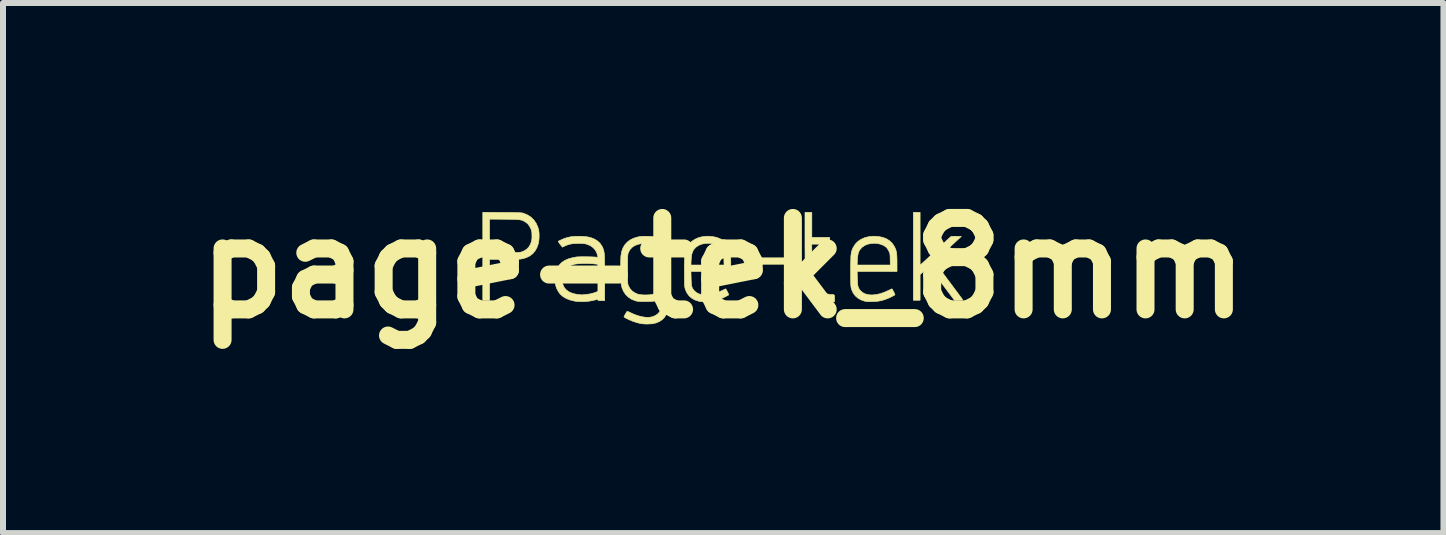
<source format=kicad_pcb>
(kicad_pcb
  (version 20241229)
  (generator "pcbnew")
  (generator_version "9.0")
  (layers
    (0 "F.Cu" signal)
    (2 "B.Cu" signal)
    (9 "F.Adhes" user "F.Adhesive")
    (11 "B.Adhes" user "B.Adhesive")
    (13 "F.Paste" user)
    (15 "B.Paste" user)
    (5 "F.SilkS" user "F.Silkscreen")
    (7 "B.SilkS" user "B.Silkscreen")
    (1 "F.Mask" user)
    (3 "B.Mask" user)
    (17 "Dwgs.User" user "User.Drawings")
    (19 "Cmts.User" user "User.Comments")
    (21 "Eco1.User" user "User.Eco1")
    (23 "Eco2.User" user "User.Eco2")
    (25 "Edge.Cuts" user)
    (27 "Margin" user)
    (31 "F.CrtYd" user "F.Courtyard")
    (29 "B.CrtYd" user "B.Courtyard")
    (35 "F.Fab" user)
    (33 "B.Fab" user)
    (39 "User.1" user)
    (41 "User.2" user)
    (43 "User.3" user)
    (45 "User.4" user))
  (footprint "page-tek_8mm"
    (layer "F.Cu")
    (at 9.006 1.418)
    (property "Reference" "page-tek_8mm" (at 0 0 0) (layer "F.SilkS") (effects (font (size 1.524 1.524) (thickness 0.3))))
    (attr through_hole)
    (fp_poly (pts (xy 1.098 -0.063) (xy 0.398 -0.063) (xy 0.398 -0.17) (xy 1.098 -0.17) (xy 1.098 -0.063)) (stroke (width 0.01) (type solid)) (fill yes) (layer "F.SilkS"))
    (fp_poly (pts (xy 3.282 -0.049) (xy 3.325 -0.087) (xy 3.349 -0.109) (xy 3.377 -0.134) (xy 3.41 -0.164) (xy 3.447 -0.199) (xy 3.491 -0.24) (xy 3.541 -0.287) (xy 3.6 -0.342) (xy 3.642 -0.382) (xy 3.678 -0.416) (xy 3.711 -0.447) (xy 3.741 -0.475) (xy 3.765 -0.497) (xy 3.784 -0.514) (xy 3.795 -0.524) (xy 3.797 -0.526) (xy 3.806 -0.527) (xy 3.826 -0.529) (xy 3.852 -0.529) (xy 3.883 -0.529) (xy 3.888 -0.529) (xy 3.97 -0.527) (xy 3.517 -0.11) (xy 3.531 -0.092) (xy 3.538 -0.083) (xy 3.551 -0.065) (xy 3.57 -0.04) (xy 3.595 -0.007) (xy 3.624 0.033) (xy 3.657 0.077) (xy 3.693 0.126) (xy 3.732 0.179) (xy 3.766 0.224) (xy 3.806 0.278) (xy 3.844 0.329) (xy 3.88 0.377) (xy 3.911 0.419) (xy 3.938 0.456) (xy 3.961 0.486) (xy 3.978 0.509) (xy 3.988 0.524) (xy 3.992 0.529) (xy 3.991 0.532) (xy 3.983 0.535) (xy 3.966 0.536) (xy 3.939 0.536) (xy 3.925 0.537) (xy 3.854 0.537) (xy 3.433 -0.025) (xy 3.282 0.109) (xy 3.282 0.537) (xy 3.169 0.537) (xy 3.169 -0.928) (xy 3.282 -0.928) (xy 3.282 -0.049)) (stroke (width 0.01) (type solid)) (fill yes) (layer "F.SilkS"))
    (fp_poly (pts (xy 1.477 -0.511) (xy 1.774 -0.511) (xy 1.774 -0.398) (xy 1.476 -0.398) (xy 1.479 -0.106) (xy 1.479 -0.037) (xy 1.48 0.021) (xy 1.481 0.068) (xy 1.482 0.106) (xy 1.483 0.137) (xy 1.484 0.161) (xy 1.485 0.18) (xy 1.487 0.194) (xy 1.489 0.206) (xy 1.492 0.217) (xy 1.494 0.225) (xy 1.519 0.282) (xy 1.554 0.331) (xy 1.598 0.372) (xy 1.65 0.404) (xy 1.711 0.426) (xy 1.735 0.432) (xy 1.763 0.437) (xy 1.789 0.441) (xy 1.808 0.442) (xy 1.83 0.442) (xy 1.844 0.445) (xy 1.851 0.453) (xy 1.855 0.468) (xy 1.856 0.492) (xy 1.856 0.506) (xy 1.856 0.562) (xy 1.82 0.561) (xy 1.796 0.56) (xy 1.774 0.558) (xy 1.764 0.558) (xy 1.686 0.543) (xy 1.615 0.519) (xy 1.552 0.487) (xy 1.498 0.447) (xy 1.454 0.399) (xy 1.421 0.347) (xy 1.412 0.329) (xy 1.404 0.311) (xy 1.396 0.293) (xy 1.39 0.274) (xy 1.385 0.253) (xy 1.38 0.23) (xy 1.376 0.203) (xy 1.373 0.171) (xy 1.37 0.134) (xy 1.368 0.092) (xy 1.366 0.042) (xy 1.365 -0.015) (xy 1.364 -0.081) (xy 1.364 -0.157) (xy 1.364 -0.242) (xy 1.363 -0.339) (xy 1.363 -0.421) (xy 1.363 -0.928) (xy 1.477 -0.928) (xy 1.477 -0.511)) (stroke (width 0.01) (type solid)) (fill yes) (layer "F.SilkS"))
    (fp_poly (pts (xy -3.685 -0.926) (xy -3.612 -0.926) (xy -3.552 -0.925) (xy -3.501 -0.925) (xy -3.46 -0.924) (xy -3.426 -0.923) (xy -3.4 -0.922) (xy -3.379 -0.921) (xy -3.363 -0.92) (xy -3.35 -0.918) (xy -3.34 -0.916) (xy -3.33 -0.913) (xy -3.322 -0.91) (xy -3.257 -0.882) (xy -3.201 -0.845) (xy -3.155 -0.799) (xy -3.118 -0.745) (xy -3.09 -0.682) (xy -3.077 -0.638) (xy -3.072 -0.605) (xy -3.069 -0.563) (xy -3.069 -0.517) (xy -3.072 -0.471) (xy -3.077 -0.429) (xy -3.084 -0.401) (xy -3.107 -0.337) (xy -3.139 -0.282) (xy -3.179 -0.236) (xy -3.228 -0.2) (xy -3.286 -0.172) (xy -3.334 -0.158) (xy -3.348 -0.155) (xy -3.362 -0.152) (xy -3.378 -0.15) (xy -3.396 -0.148) (xy -3.419 -0.147) (xy -3.447 -0.146) (xy -3.483 -0.146) (xy -3.527 -0.145) (xy -3.581 -0.145) (xy -3.641 -0.145) (xy -3.895 -0.145) (xy -3.895 0.537) (xy -4.008 0.537) (xy -4.008 -0.251) (xy -3.895 -0.251) (xy -3.647 -0.254) (xy -3.58 -0.255) (xy -3.524 -0.256) (xy -3.479 -0.257) (xy -3.443 -0.258) (xy -3.415 -0.26) (xy -3.394 -0.262) (xy -3.378 -0.264) (xy -3.368 -0.266) (xy -3.314 -0.288) (xy -3.271 -0.318) (xy -3.236 -0.356) (xy -3.21 -0.404) (xy -3.194 -0.455) (xy -3.19 -0.481) (xy -3.188 -0.514) (xy -3.189 -0.552) (xy -3.189 -0.556) (xy -3.19 -0.588) (xy -3.193 -0.612) (xy -3.198 -0.631) (xy -3.205 -0.651) (xy -3.211 -0.663) (xy -3.232 -0.702) (xy -3.255 -0.733) (xy -3.284 -0.758) (xy -3.298 -0.767) (xy -3.314 -0.777) (xy -3.329 -0.786) (xy -3.345 -0.793) (xy -3.361 -0.798) (xy -3.38 -0.802) (xy -3.404 -0.806) (xy -3.433 -0.808) (xy -3.469 -0.81) (xy -3.513 -0.811) (xy -3.567 -0.812) (xy -3.632 -0.813) (xy -3.647 -0.813) (xy -3.895 -0.815) (xy -3.895 -0.251) (xy -4.008 -0.251) (xy -4.008 -0.929) (xy -3.685 -0.926)) (stroke (width 0.01) (type solid)) (fill yes) (layer "F.SilkS"))
    (fp_poly (pts (xy -0.181 -0.525) (xy -0.112 -0.511) (xy -0.051 -0.488) (xy 0.001 -0.455) (xy 0.045 -0.413) (xy 0.08 -0.363) (xy 0.084 -0.355) (xy 0.097 -0.328) (xy 0.107 -0.302) (xy 0.114 -0.275) (xy 0.12 -0.243) (xy 0.123 -0.206) (xy 0.125 -0.162) (xy 0.126 -0.108) (xy 0.126 -0.082) (xy 0.126 0.057) (xy -0.538 0.057) (xy -0.535 0.172) (xy -0.533 0.222) (xy -0.531 0.261) (xy -0.527 0.292) (xy -0.521 0.316) (xy -0.513 0.337) (xy -0.501 0.355) (xy -0.487 0.373) (xy -0.485 0.376) (xy -0.45 0.407) (xy -0.41 0.429) (xy -0.361 0.443) (xy -0.305 0.449) (xy -0.29 0.449) (xy -0.225 0.443) (xy -0.154 0.428) (xy -0.08 0.402) (xy -0.006 0.369) (xy 0.015 0.359) (xy 0.031 0.351) (xy 0.04 0.347) (xy 0.04 0.347) (xy 0.046 0.352) (xy 0.054 0.366) (xy 0.064 0.385) (xy 0.075 0.405) (xy 0.084 0.425) (xy 0.09 0.44) (xy 0.091 0.448) (xy 0.091 0.448) (xy 0.081 0.454) (xy 0.063 0.464) (xy 0.039 0.476) (xy 0.013 0.489) (xy -0.013 0.501) (xy -0.035 0.51) (xy -0.038 0.511) (xy -0.093 0.531) (xy -0.145 0.545) (xy -0.198 0.554) (xy -0.256 0.558) (xy -0.281 0.559) (xy -0.328 0.56) (xy -0.364 0.559) (xy -0.392 0.556) (xy -0.41 0.553) (xy -0.473 0.532) (xy -0.525 0.502) (xy -0.568 0.465) (xy -0.603 0.419) (xy -0.629 0.363) (xy -0.635 0.344) (xy -0.638 0.333) (xy -0.64 0.322) (xy -0.642 0.308) (xy -0.644 0.29) (xy -0.645 0.267) (xy -0.646 0.238) (xy -0.646 0.201) (xy -0.647 0.155) (xy -0.647 0.098) (xy -0.647 0.05) (xy -0.647 -0.021) (xy -0.647 -0.05) (xy -0.538 -0.05) (xy 0.014 -0.05) (xy 0.011 -0.147) (xy 0.011 -0.184) (xy 0.01 -0.211) (xy 0.008 -0.231) (xy 0.005 -0.246) (xy 0.000324 -0.26) (xy -0.006 -0.274) (xy -0.012 -0.286) (xy -0.026 -0.31) (xy -0.042 -0.333) (xy -0.056 -0.348) (xy -0.094 -0.375) (xy -0.141 -0.395) (xy -0.194 -0.408) (xy -0.249 -0.413) (xy -0.299 -0.41) (xy -0.36 -0.398) (xy -0.412 -0.377) (xy -0.456 -0.346) (xy -0.486 -0.314) (xy -0.504 -0.287) (xy -0.516 -0.258) (xy -0.525 -0.224) (xy -0.531 -0.183) (xy -0.535 -0.132) (xy -0.538 -0.05) (xy -0.647 -0.05) (xy -0.646 -0.082) (xy -0.645 -0.133) (xy -0.644 -0.175) (xy -0.642 -0.21) (xy -0.638 -0.239) (xy -0.634 -0.264) (xy -0.628 -0.286) (xy -0.621 -0.306) (xy -0.613 -0.326) (xy -0.603 -0.347) (xy -0.602 -0.347) (xy -0.569 -0.399) (xy -0.526 -0.443) (xy -0.474 -0.478) (xy -0.415 -0.505) (xy -0.349 -0.522) (xy -0.276 -0.53) (xy -0.257 -0.53) (xy -0.181 -0.525)) (stroke (width 0.01) (type solid)) (fill yes) (layer "F.SilkS"))
    (fp_poly (pts (xy 2.591 -0.525) (xy 2.659 -0.511) (xy 2.72 -0.488) (xy 2.772 -0.455) (xy 2.816 -0.413) (xy 2.851 -0.363) (xy 2.855 -0.355) (xy 2.868 -0.328) (xy 2.878 -0.302) (xy 2.885 -0.275) (xy 2.891 -0.243) (xy 2.894 -0.206) (xy 2.896 -0.162) (xy 2.897 -0.108) (xy 2.897 -0.082) (xy 2.897 0.057) (xy 2.233 0.057) (xy 2.236 0.172) (xy 2.238 0.222) (xy 2.241 0.261) (xy 2.244 0.292) (xy 2.25 0.316) (xy 2.259 0.337) (xy 2.27 0.355) (xy 2.284 0.373) (xy 2.286 0.376) (xy 2.321 0.407) (xy 2.361 0.429) (xy 2.41 0.443) (xy 2.466 0.449) (xy 2.481 0.449) (xy 2.546 0.443) (xy 2.617 0.428) (xy 2.691 0.402) (xy 2.765 0.369) (xy 2.786 0.359) (xy 2.802 0.351) (xy 2.811 0.347) (xy 2.812 0.347) (xy 2.817 0.352) (xy 2.825 0.366) (xy 2.835 0.385) (xy 2.846 0.405) (xy 2.855 0.425) (xy 2.861 0.44) (xy 2.862 0.448) (xy 2.862 0.448) (xy 2.852 0.454) (xy 2.834 0.464) (xy 2.81 0.476) (xy 2.784 0.489) (xy 2.758 0.501) (xy 2.736 0.51) (xy 2.733 0.511) (xy 2.678 0.531) (xy 2.626 0.545) (xy 2.574 0.554) (xy 2.515 0.558) (xy 2.49 0.559) (xy 2.443 0.56) (xy 2.407 0.559) (xy 2.379 0.556) (xy 2.361 0.553) (xy 2.299 0.532) (xy 2.246 0.502) (xy 2.203 0.465) (xy 2.168 0.419) (xy 2.142 0.363) (xy 2.136 0.344) (xy 2.133 0.333) (xy 2.131 0.322) (xy 2.129 0.308) (xy 2.127 0.29) (xy 2.126 0.267) (xy 2.125 0.238) (xy 2.125 0.201) (xy 2.124 0.155) (xy 2.124 0.098) (xy 2.124 0.05) (xy 2.124 -0.021) (xy 2.124 -0.05) (xy 2.233 -0.05) (xy 2.785 -0.05) (xy 2.783 -0.147) (xy 2.782 -0.184) (xy 2.781 -0.211) (xy 2.779 -0.231) (xy 2.776 -0.246) (xy 2.771 -0.26) (xy 2.765 -0.274) (xy 2.759 -0.286) (xy 2.745 -0.31) (xy 2.729 -0.333) (xy 2.715 -0.348) (xy 2.677 -0.375) (xy 2.63 -0.395) (xy 2.577 -0.408) (xy 2.522 -0.413) (xy 2.473 -0.41) (xy 2.411 -0.398) (xy 2.359 -0.377) (xy 2.315 -0.346) (xy 2.285 -0.314) (xy 2.267 -0.287) (xy 2.255 -0.258) (xy 2.246 -0.224) (xy 2.24 -0.183) (xy 2.236 -0.132) (xy 2.233 -0.05) (xy 2.124 -0.05) (xy 2.125 -0.082) (xy 2.126 -0.133) (xy 2.127 -0.175) (xy 2.129 -0.21) (xy 2.133 -0.239) (xy 2.137 -0.264) (xy 2.143 -0.286) (xy 2.15 -0.306) (xy 2.158 -0.326) (xy 2.168 -0.347) (xy 2.169 -0.347) (xy 2.202 -0.399) (xy 2.245 -0.443) (xy 2.297 -0.478) (xy 2.356 -0.505) (xy 2.422 -0.522) (xy 2.495 -0.53) (xy 2.514 -0.53) (xy 2.591 -0.525)) (stroke (width 0.01) (type solid)) (fill yes) (layer "F.SilkS"))
    (fp_poly (pts (xy -2.381 -0.529) (xy -2.324 -0.526) (xy -2.276 -0.521) (xy -2.235 -0.514) (xy -2.198 -0.503) (xy -2.161 -0.489) (xy -2.148 -0.483) (xy -2.098 -0.453) (xy -2.056 -0.415) (xy -2.024 -0.369) (xy -2.014 -0.351) (xy -2.007 -0.334) (xy -2 -0.317) (xy -1.995 -0.301) (xy -1.99 -0.283) (xy -1.986 -0.262) (xy -1.983 -0.238) (xy -1.981 -0.21) (xy -1.979 -0.176) (xy -1.978 -0.135) (xy -1.977 -0.087) (xy -1.976 -0.03) (xy -1.976 0.037) (xy -1.976 0.115) (xy -1.976 0.168) (xy -1.976 0.543) (xy -2.033 0.543) (xy -2.06 0.543) (xy -2.076 0.542) (xy -2.085 0.539) (xy -2.089 0.535) (xy -2.089 0.531) (xy -2.09 0.524) (xy -2.095 0.522) (xy -2.106 0.524) (xy -2.119 0.528) (xy -2.177 0.542) (xy -2.241 0.553) (xy -2.307 0.559) (xy -2.373 0.56) (xy -2.434 0.557) (xy -2.469 0.553) (xy -2.545 0.535) (xy -2.61 0.511) (xy -2.665 0.48) (xy -2.711 0.442) (xy -2.747 0.396) (xy -2.775 0.342) (xy -2.784 0.319) (xy -2.79 0.299) (xy -2.795 0.281) (xy -2.797 0.261) (xy -2.799 0.237) (xy -2.799 0.204) (xy -2.799 0.183) (xy -2.799 0.182) (xy -2.685 0.182) (xy -2.682 0.225) (xy -2.675 0.264) (xy -2.67 0.284) (xy -2.648 0.328) (xy -2.615 0.365) (xy -2.573 0.396) (xy -2.521 0.419) (xy -2.46 0.435) (xy -2.415 0.441) (xy -2.391 0.444) (xy -2.372 0.446) (xy -2.362 0.447) (xy -2.361 0.447) (xy -2.354 0.447) (xy -2.337 0.446) (xy -2.313 0.443) (xy -2.296 0.442) (xy -2.223 0.432) (xy -2.158 0.415) (xy -2.123 0.403) (xy -2.089 0.39) (xy -2.089 -0.062) (xy -2.119 -0.066) (xy -2.168 -0.071) (xy -2.222 -0.075) (xy -2.279 -0.076) (xy -2.335 -0.076) (xy -2.387 -0.074) (xy -2.434 -0.07) (xy -2.472 -0.065) (xy -2.482 -0.063) (xy -2.541 -0.044) (xy -2.589 -0.017) (xy -2.628 0.017) (xy -2.658 0.06) (xy -2.676 0.109) (xy -2.683 0.142) (xy -2.685 0.182) (xy -2.799 0.182) (xy -2.799 0.145) (xy -2.798 0.116) (xy -2.796 0.094) (xy -2.792 0.075) (xy -2.787 0.056) (xy -2.784 0.047) (xy -2.76 -0.008) (xy -2.729 -0.055) (xy -2.689 -0.095) (xy -2.64 -0.127) (xy -2.581 -0.153) (xy -2.512 -0.172) (xy -2.449 -0.184) (xy -2.428 -0.186) (xy -2.398 -0.187) (xy -2.362 -0.188) (xy -2.321 -0.188) (xy -2.277 -0.188) (xy -2.234 -0.187) (xy -2.193 -0.186) (xy -2.157 -0.184) (xy -2.128 -0.183) (xy -2.108 -0.18) (xy -2.103 -0.179) (xy -2.093 -0.177) (xy -2.09 -0.181) (xy -2.091 -0.193) (xy -2.092 -0.199) (xy -2.108 -0.254) (xy -2.134 -0.302) (xy -2.17 -0.341) (xy -2.215 -0.373) (xy -2.268 -0.395) (xy -2.304 -0.404) (xy -2.327 -0.407) (xy -2.358 -0.41) (xy -2.394 -0.411) (xy -2.424 -0.411) (xy -2.491 -0.408) (xy -2.551 -0.399) (xy -2.607 -0.382) (xy -2.643 -0.366) (xy -2.682 -0.348) (xy -2.718 -0.396) (xy -2.733 -0.416) (xy -2.744 -0.433) (xy -2.751 -0.443) (xy -2.751 -0.445) (xy -2.745 -0.448) (xy -2.731 -0.456) (xy -2.716 -0.463) (xy -2.656 -0.49) (xy -2.597 -0.509) (xy -2.535 -0.522) (xy -2.467 -0.528) (xy -2.391 -0.529) (xy -2.381 -0.529)) (stroke (width 0.01) (type solid)) (fill yes) (layer "F.SilkS"))
    (fp_poly (pts (xy -1.247 -0.528) (xy -1.206 -0.527) (xy -1.173 -0.524) (xy -1.143 -0.52) (xy -1.112 -0.514) (xy -1.078 -0.505) (xy -1.043 -0.495) (xy -1.032 -0.494) (xy -1.029 -0.501) (xy -1.027 -0.506) (xy -1.02 -0.509) (xy -1.006 -0.511) (xy -0.982 -0.511) (xy -0.972 -0.511) (xy -0.915 -0.511) (xy -0.915 0.08) (xy -0.915 0.181) (xy -0.915 0.27) (xy -0.915 0.349) (xy -0.916 0.417) (xy -0.916 0.475) (xy -0.916 0.525) (xy -0.917 0.567) (xy -0.917 0.602) (xy -0.918 0.631) (xy -0.919 0.654) (xy -0.92 0.672) (xy -0.921 0.686) (xy -0.923 0.697) (xy -0.924 0.706) (xy -0.925 0.709) (xy -0.946 0.767) (xy -0.976 0.818) (xy -1.015 0.859) (xy -1.063 0.891) (xy -1.119 0.915) (xy -1.183 0.929) (xy -1.255 0.933) (xy -1.262 0.933) (xy -1.294 0.933) (xy -1.325 0.931) (xy -1.35 0.929) (xy -1.36 0.928) (xy -1.425 0.914) (xy -1.495 0.892) (xy -1.565 0.864) (xy -1.611 0.841) (xy -1.632 0.83) (xy -1.647 0.82) (xy -1.654 0.814) (xy -1.654 0.814) (xy -1.651 0.805) (xy -1.643 0.79) (xy -1.633 0.77) (xy -1.621 0.75) (xy -1.611 0.734) (xy -1.604 0.724) (xy -1.603 0.723) (xy -1.595 0.723) (xy -1.579 0.729) (xy -1.56 0.738) (xy -1.49 0.77) (xy -1.421 0.795) (xy -1.355 0.812) (xy -1.293 0.821) (xy -1.236 0.822) (xy -1.187 0.814) (xy -1.179 0.812) (xy -1.133 0.793) (xy -1.093 0.766) (xy -1.062 0.732) (xy -1.041 0.695) (xy -1.039 0.689) (xy -1.035 0.674) (xy -1.032 0.651) (xy -1.03 0.624) (xy -1.029 0.596) (xy -1.029 0.569) (xy -1.029 0.546) (xy -1.031 0.53) (xy -1.034 0.524) (xy -1.034 0.524) (xy -1.042 0.525) (xy -1.059 0.53) (xy -1.083 0.536) (xy -1.102 0.54) (xy -1.124 0.546) (xy -1.145 0.55) (xy -1.165 0.553) (xy -1.188 0.556) (xy -1.216 0.557) (xy -1.252 0.557) (xy -1.294 0.558) (xy -1.339 0.558) (xy -1.373 0.558) (xy -1.399 0.557) (xy -1.42 0.555) (xy -1.437 0.553) (xy -1.452 0.549) (xy -1.469 0.544) (xy -1.47 0.544) (xy -1.531 0.519) (xy -1.583 0.484) (xy -1.627 0.441) (xy -1.662 0.389) (xy -1.687 0.33) (xy -1.702 0.264) (xy -1.704 0.246) (xy -1.706 0.216) (xy -1.708 0.177) (xy -1.709 0.129) (xy -1.71 0.077) (xy -1.71 0.022) (xy -1.71 -0.017) (xy -1.594 -0.017) (xy -1.594 0.019) (xy -1.594 0.081) (xy -1.594 0.131) (xy -1.593 0.172) (xy -1.593 0.204) (xy -1.592 0.229) (xy -1.591 0.248) (xy -1.589 0.263) (xy -1.587 0.274) (xy -1.585 0.284) (xy -1.581 0.293) (xy -1.579 0.298) (xy -1.554 0.343) (xy -1.519 0.382) (xy -1.475 0.413) (xy -1.426 0.435) (xy -1.388 0.443) (xy -1.341 0.448) (xy -1.288 0.449) (xy -1.231 0.446) (xy -1.174 0.44) (xy -1.168 0.439) (xy -1.136 0.433) (xy -1.102 0.425) (xy -1.074 0.417) (xy -1.071 0.417) (xy -1.029 0.403) (xy -1.029 -0.358) (xy -1.072 -0.374) (xy -1.145 -0.396) (xy -1.22 -0.409) (xy -1.288 -0.412) (xy -1.359 -0.408) (xy -1.421 -0.395) (xy -1.475 -0.374) (xy -1.519 -0.345) (xy -1.554 -0.307) (xy -1.579 -0.261) (xy -1.579 -0.26) (xy -1.583 -0.251) (xy -1.586 -0.241) (xy -1.588 -0.231) (xy -1.59 -0.219) (xy -1.592 -0.202) (xy -1.593 -0.181) (xy -1.593 -0.153) (xy -1.594 -0.117) (xy -1.594 -0.073) (xy -1.594 -0.017) (xy -1.71 -0.017) (xy -1.71 -0.034) (xy -1.709 -0.087) (xy -1.708 -0.135) (xy -1.707 -0.176) (xy -1.705 -0.207) (xy -1.704 -0.21) (xy -1.692 -0.277) (xy -1.67 -0.338) (xy -1.638 -0.39) (xy -1.596 -0.435) (xy -1.545 -0.472) (xy -1.484 -0.5) (xy -1.415 -0.52) (xy -1.389 -0.524) (xy -1.358 -0.528) (xy -1.319 -0.529) (xy -1.273 -0.529) (xy -1.247 -0.528)) (stroke (width 0.01) (type solid)) (fill yes) (layer "F.SilkS")))
  (gr_rect
    (start -3 -3)
    (end 21.012 5.836)
    (stroke (width 0.1) (type default))
    (fill no)
    (layer "Edge.Cuts")))
</source>
